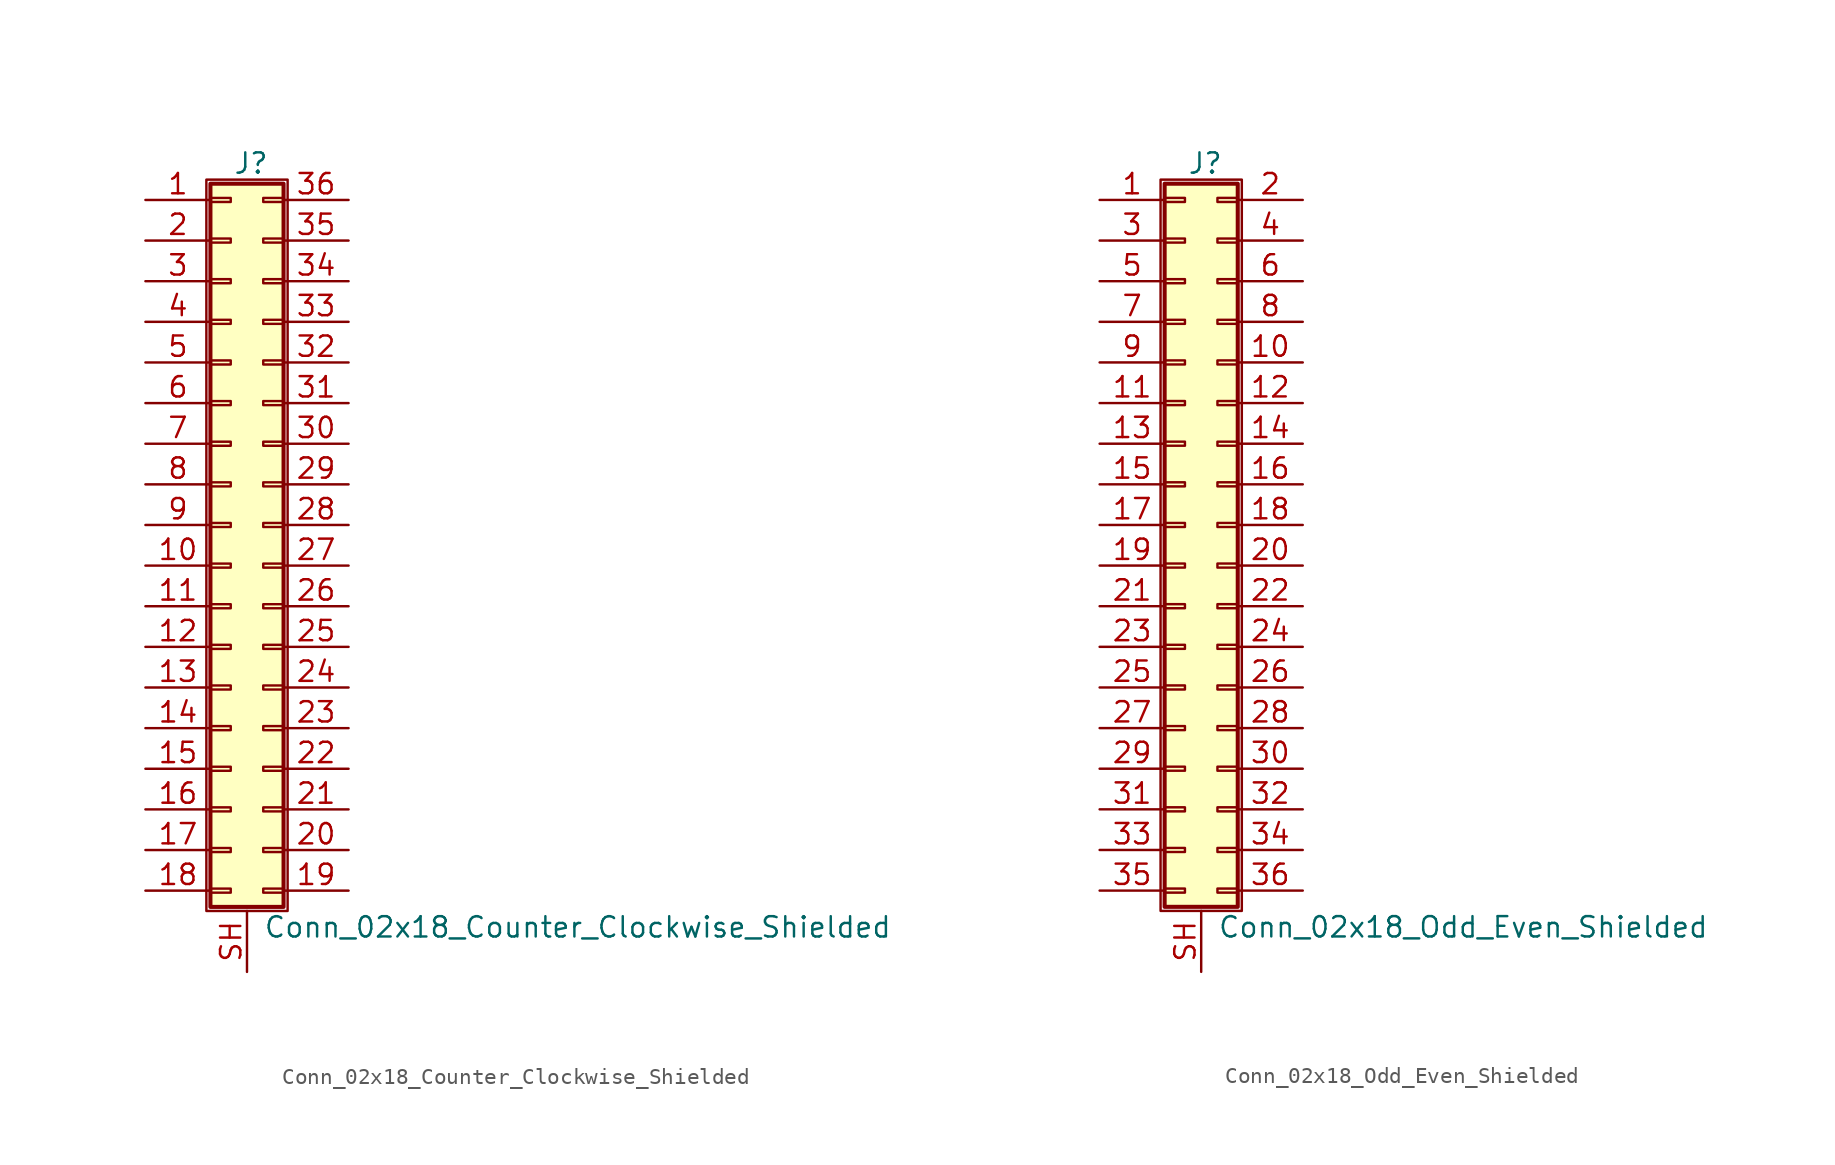
<source format=kicad_sym>
(kicad_symbol_lib
  (version 20201005)
  (generator kicad_symbol_editor)
  (symbol "Conn_02x18_Counter_Clockwise_Shielded"
    (pin_names
      (offset 1.016) hide)
    (property "Reference" "J"
      (at 1.524 22.606 0)
      (effects (font (size 1.27 1.27))))
    (property "Value" "Conn_02x18_Counter_Clockwise_Shielded"
      (at 2.286 -25.146 0)
      (effects (font (size 1.27 1.27)) (justify left)))
    (symbol "Conn_02x18_Counter_Clockwise_Shielded_1_1"
      (rectangle (start -1.27 21.59) (end 3.81 -24.13) (stroke (width 0.152)) (fill (type none)))
      (rectangle (start -1.016 -22.733) (end 0.254 -22.987) (stroke (width 0.152)) (fill (type none)))
      (rectangle (start -1.016 -20.193) (end 0.254 -20.447) (stroke (width 0.152)) (fill (type none)))
      (rectangle (start -1.016 -17.653) (end 0.254 -17.907) (stroke (width 0.152)) (fill (type none)))
      (rectangle (start -1.016 -15.113) (end 0.254 -15.367) (stroke (width 0.152)) (fill (type none)))
      (rectangle (start -1.016 -12.573) (end 0.254 -12.827) (stroke (width 0.152)) (fill (type none)))
      (rectangle (start -1.016 -10.033) (end 0.254 -10.287) (stroke (width 0.152)) (fill (type none)))
      (rectangle (start -1.016 -7.493) (end 0.254 -7.747) (stroke (width 0.152)) (fill (type none)))
      (rectangle (start -1.016 -4.953) (end 0.254 -5.207) (stroke (width 0.152)) (fill (type none)))
      (rectangle (start -1.016 -2.413) (end 0.254 -2.667) (stroke (width 0.152)) (fill (type none)))
      (rectangle (start -1.016 0.127) (end 0.254 -0.127) (stroke (width 0.152)) (fill (type none)))
      (rectangle (start -1.016 2.667) (end 0.254 2.413) (stroke (width 0.152)) (fill (type none)))
      (rectangle (start -1.016 5.207) (end 0.254 4.953) (stroke (width 0.152)) (fill (type none)))
      (rectangle (start -1.016 7.747) (end 0.254 7.493) (stroke (width 0.152)) (fill (type none)))
      (rectangle (start -1.016 10.287) (end 0.254 10.033) (stroke (width 0.152)) (fill (type none)))
      (rectangle (start -1.016 12.827) (end 0.254 12.573) (stroke (width 0.152)) (fill (type none)))
      (rectangle (start -1.016 15.367) (end 0.254 15.113) (stroke (width 0.152)) (fill (type none)))
      (rectangle (start -1.016 17.907) (end 0.254 17.653) (stroke (width 0.152)) (fill (type none)))
      (rectangle (start -1.016 20.447) (end 0.254 20.193) (stroke (width 0.152)) (fill (type none)))
      (rectangle (start -1.016 21.336) (end 3.556 -23.876) (stroke (width 0.254)) (fill (type background)))
      (rectangle (start 3.556 -22.733) (end 2.286 -22.987) (stroke (width 0.152)) (fill (type none)))
      (rectangle (start 3.556 -20.193) (end 2.286 -20.447) (stroke (width 0.152)) (fill (type none)))
      (rectangle (start 3.556 -17.653) (end 2.286 -17.907) (stroke (width 0.152)) (fill (type none)))
      (rectangle (start 3.556 -15.113) (end 2.286 -15.367) (stroke (width 0.152)) (fill (type none)))
      (rectangle (start 3.556 -12.573) (end 2.286 -12.827) (stroke (width 0.152)) (fill (type none)))
      (rectangle (start 3.556 -10.033) (end 2.286 -10.287) (stroke (width 0.152)) (fill (type none)))
      (rectangle (start 3.556 -7.493) (end 2.286 -7.747) (stroke (width 0.152)) (fill (type none)))
      (rectangle (start 3.556 -4.953) (end 2.286 -5.207) (stroke (width 0.152)) (fill (type none)))
      (rectangle (start 3.556 -2.413) (end 2.286 -2.667) (stroke (width 0.152)) (fill (type none)))
      (rectangle (start 3.556 0.127) (end 2.286 -0.127) (stroke (width 0.152)) (fill (type none)))
      (rectangle (start 3.556 2.667) (end 2.286 2.413) (stroke (width 0.152)) (fill (type none)))
      (rectangle (start 3.556 5.207) (end 2.286 4.953) (stroke (width 0.152)) (fill (type none)))
      (rectangle (start 3.556 7.747) (end 2.286 7.493) (stroke (width 0.152)) (fill (type none)))
      (rectangle (start 3.556 10.287) (end 2.286 10.033) (stroke (width 0.152)) (fill (type none)))
      (rectangle (start 3.556 12.827) (end 2.286 12.573) (stroke (width 0.152)) (fill (type none)))
      (rectangle (start 3.556 15.367) (end 2.286 15.113) (stroke (width 0.152)) (fill (type none)))
      (rectangle (start 3.556 17.907) (end 2.286 17.653) (stroke (width 0.152)) (fill (type none)))
      (rectangle (start 3.556 20.447) (end 2.286 20.193) (stroke (width 0.152)) (fill (type none)))
      (pin passive line (at -5.08 20.32 0) (length 4.064) (name "Pin_1" (effects (font (size 1.27 1.27)))) (number "1" (effects (font (size 1.27 1.27)))))
      (pin passive line (at -5.08 -2.54 0) (length 4.064) (name "Pin_10" (effects (font (size 1.27 1.27)))) (number "10" (effects (font (size 1.27 1.27)))))
      (pin passive line (at -5.08 -5.08 0) (length 4.064) (name "Pin_11" (effects (font (size 1.27 1.27)))) (number "11" (effects (font (size 1.27 1.27)))))
      (pin passive line (at -5.08 -7.62 0) (length 4.064) (name "Pin_12" (effects (font (size 1.27 1.27)))) (number "12" (effects (font (size 1.27 1.27)))))
      (pin passive line (at -5.08 -10.16 0) (length 4.064) (name "Pin_13" (effects (font (size 1.27 1.27)))) (number "13" (effects (font (size 1.27 1.27)))))
      (pin passive line (at -5.08 -12.7 0) (length 4.064) (name "Pin_14" (effects (font (size 1.27 1.27)))) (number "14" (effects (font (size 1.27 1.27)))))
      (pin passive line (at -5.08 -15.24 0) (length 4.064) (name "Pin_15" (effects (font (size 1.27 1.27)))) (number "15" (effects (font (size 1.27 1.27)))))
      (pin passive line (at -5.08 -17.78 0) (length 4.064) (name "Pin_16" (effects (font (size 1.27 1.27)))) (number "16" (effects (font (size 1.27 1.27)))))
      (pin passive line (at -5.08 -20.32 0) (length 4.064) (name "Pin_17" (effects (font (size 1.27 1.27)))) (number "17" (effects (font (size 1.27 1.27)))))
      (pin passive line (at -5.08 -22.86 0) (length 4.064) (name "Pin_18" (effects (font (size 1.27 1.27)))) (number "18" (effects (font (size 1.27 1.27)))))
      (pin passive line (at 7.62 -22.86 180) (length 4.064) (name "Pin_19" (effects (font (size 1.27 1.27)))) (number "19" (effects (font (size 1.27 1.27)))))
      (pin passive line (at -5.08 17.78 0) (length 4.064) (name "Pin_2" (effects (font (size 1.27 1.27)))) (number "2" (effects (font (size 1.27 1.27)))))
      (pin passive line (at 7.62 -20.32 180) (length 4.064) (name "Pin_20" (effects (font (size 1.27 1.27)))) (number "20" (effects (font (size 1.27 1.27)))))
      (pin passive line (at 7.62 -17.78 180) (length 4.064) (name "Pin_21" (effects (font (size 1.27 1.27)))) (number "21" (effects (font (size 1.27 1.27)))))
      (pin passive line (at 7.62 -15.24 180) (length 4.064) (name "Pin_22" (effects (font (size 1.27 1.27)))) (number "22" (effects (font (size 1.27 1.27)))))
      (pin passive line (at 7.62 -12.7 180) (length 4.064) (name "Pin_23" (effects (font (size 1.27 1.27)))) (number "23" (effects (font (size 1.27 1.27)))))
      (pin passive line (at 7.62 -10.16 180) (length 4.064) (name "Pin_24" (effects (font (size 1.27 1.27)))) (number "24" (effects (font (size 1.27 1.27)))))
      (pin passive line (at 7.62 -7.62 180) (length 4.064) (name "Pin_25" (effects (font (size 1.27 1.27)))) (number "25" (effects (font (size 1.27 1.27)))))
      (pin passive line (at 7.62 -5.08 180) (length 4.064) (name "Pin_26" (effects (font (size 1.27 1.27)))) (number "26" (effects (font (size 1.27 1.27)))))
      (pin passive line (at 7.62 -2.54 180) (length 4.064) (name "Pin_27" (effects (font (size 1.27 1.27)))) (number "27" (effects (font (size 1.27 1.27)))))
      (pin passive line (at 7.62 0 180) (length 4.064) (name "Pin_28" (effects (font (size 1.27 1.27)))) (number "28" (effects (font (size 1.27 1.27)))))
      (pin passive line (at 7.62 2.54 180) (length 4.064) (name "Pin_29" (effects (font (size 1.27 1.27)))) (number "29" (effects (font (size 1.27 1.27)))))
      (pin passive line (at -5.08 15.24 0) (length 4.064) (name "Pin_3" (effects (font (size 1.27 1.27)))) (number "3" (effects (font (size 1.27 1.27)))))
      (pin passive line (at 7.62 5.08 180) (length 4.064) (name "Pin_30" (effects (font (size 1.27 1.27)))) (number "30" (effects (font (size 1.27 1.27)))))
      (pin passive line (at 7.62 7.62 180) (length 4.064) (name "Pin_31" (effects (font (size 1.27 1.27)))) (number "31" (effects (font (size 1.27 1.27)))))
      (pin passive line (at 7.62 10.16 180) (length 4.064) (name "Pin_32" (effects (font (size 1.27 1.27)))) (number "32" (effects (font (size 1.27 1.27)))))
      (pin passive line (at 7.62 12.7 180) (length 4.064) (name "Pin_33" (effects (font (size 1.27 1.27)))) (number "33" (effects (font (size 1.27 1.27)))))
      (pin passive line (at 7.62 15.24 180) (length 4.064) (name "Pin_34" (effects (font (size 1.27 1.27)))) (number "34" (effects (font (size 1.27 1.27)))))
      (pin passive line (at 7.62 17.78 180) (length 4.064) (name "Pin_35" (effects (font (size 1.27 1.27)))) (number "35" (effects (font (size 1.27 1.27)))))
      (pin passive line (at 7.62 20.32 180) (length 4.064) (name "Pin_36" (effects (font (size 1.27 1.27)))) (number "36" (effects (font (size 1.27 1.27)))))
      (pin passive line (at -5.08 12.7 0) (length 4.064) (name "Pin_4" (effects (font (size 1.27 1.27)))) (number "4" (effects (font (size 1.27 1.27)))))
      (pin passive line (at -5.08 10.16 0) (length 4.064) (name "Pin_5" (effects (font (size 1.27 1.27)))) (number "5" (effects (font (size 1.27 1.27)))))
      (pin passive line (at -5.08 7.62 0) (length 4.064) (name "Pin_6" (effects (font (size 1.27 1.27)))) (number "6" (effects (font (size 1.27 1.27)))))
      (pin passive line (at -5.08 5.08 0) (length 4.064) (name "Pin_7" (effects (font (size 1.27 1.27)))) (number "7" (effects (font (size 1.27 1.27)))))
      (pin passive line (at -5.08 2.54 0) (length 4.064) (name "Pin_8" (effects (font (size 1.27 1.27)))) (number "8" (effects (font (size 1.27 1.27)))))
      (pin passive line (at -5.08 0 0) (length 4.064) (name "Pin_9" (effects (font (size 1.27 1.27)))) (number "9" (effects (font (size 1.27 1.27)))))
      (pin passive line (at 1.27 -27.94 90) (length 3.81) (name "Shield" (effects (font (size 1.27 1.27)))) (number "SH" (effects (font (size 1.27 1.27)))))))
  (symbol "Conn_02x18_Odd_Even_Shielded"
    (pin_names
      (offset 1.016) hide)
    (property "Reference" "J"
      (at 1.524 22.606 0)
      (effects (font (size 1.27 1.27))))
    (property "Value" "Conn_02x18_Odd_Even_Shielded"
      (at 2.286 -25.146 0)
      (effects (font (size 1.27 1.27)) (justify left)))
    (symbol "Conn_02x18_Odd_Even_Shielded_1_1"
      (rectangle (start -1.27 21.59) (end 3.81 -24.13) (stroke (width 0.152)) (fill (type none)))
      (rectangle (start -1.016 -22.733) (end 0.254 -22.987) (stroke (width 0.152)) (fill (type none)))
      (rectangle (start -1.016 -20.193) (end 0.254 -20.447) (stroke (width 0.152)) (fill (type none)))
      (rectangle (start -1.016 -17.653) (end 0.254 -17.907) (stroke (width 0.152)) (fill (type none)))
      (rectangle (start -1.016 -15.113) (end 0.254 -15.367) (stroke (width 0.152)) (fill (type none)))
      (rectangle (start -1.016 -12.573) (end 0.254 -12.827) (stroke (width 0.152)) (fill (type none)))
      (rectangle (start -1.016 -10.033) (end 0.254 -10.287) (stroke (width 0.152)) (fill (type none)))
      (rectangle (start -1.016 -7.493) (end 0.254 -7.747) (stroke (width 0.152)) (fill (type none)))
      (rectangle (start -1.016 -4.953) (end 0.254 -5.207) (stroke (width 0.152)) (fill (type none)))
      (rectangle (start -1.016 -2.413) (end 0.254 -2.667) (stroke (width 0.152)) (fill (type none)))
      (rectangle (start -1.016 0.127) (end 0.254 -0.127) (stroke (width 0.152)) (fill (type none)))
      (rectangle (start -1.016 2.667) (end 0.254 2.413) (stroke (width 0.152)) (fill (type none)))
      (rectangle (start -1.016 5.207) (end 0.254 4.953) (stroke (width 0.152)) (fill (type none)))
      (rectangle (start -1.016 7.747) (end 0.254 7.493) (stroke (width 0.152)) (fill (type none)))
      (rectangle (start -1.016 10.287) (end 0.254 10.033) (stroke (width 0.152)) (fill (type none)))
      (rectangle (start -1.016 12.827) (end 0.254 12.573) (stroke (width 0.152)) (fill (type none)))
      (rectangle (start -1.016 15.367) (end 0.254 15.113) (stroke (width 0.152)) (fill (type none)))
      (rectangle (start -1.016 17.907) (end 0.254 17.653) (stroke (width 0.152)) (fill (type none)))
      (rectangle (start -1.016 20.447) (end 0.254 20.193) (stroke (width 0.152)) (fill (type none)))
      (rectangle (start -1.016 21.336) (end 3.556 -23.876) (stroke (width 0.254)) (fill (type background)))
      (rectangle (start 3.556 -22.733) (end 2.286 -22.987) (stroke (width 0.152)) (fill (type none)))
      (rectangle (start 3.556 -20.193) (end 2.286 -20.447) (stroke (width 0.152)) (fill (type none)))
      (rectangle (start 3.556 -17.653) (end 2.286 -17.907) (stroke (width 0.152)) (fill (type none)))
      (rectangle (start 3.556 -15.113) (end 2.286 -15.367) (stroke (width 0.152)) (fill (type none)))
      (rectangle (start 3.556 -12.573) (end 2.286 -12.827) (stroke (width 0.152)) (fill (type none)))
      (rectangle (start 3.556 -10.033) (end 2.286 -10.287) (stroke (width 0.152)) (fill (type none)))
      (rectangle (start 3.556 -7.493) (end 2.286 -7.747) (stroke (width 0.152)) (fill (type none)))
      (rectangle (start 3.556 -4.953) (end 2.286 -5.207) (stroke (width 0.152)) (fill (type none)))
      (rectangle (start 3.556 -2.413) (end 2.286 -2.667) (stroke (width 0.152)) (fill (type none)))
      (rectangle (start 3.556 0.127) (end 2.286 -0.127) (stroke (width 0.152)) (fill (type none)))
      (rectangle (start 3.556 2.667) (end 2.286 2.413) (stroke (width 0.152)) (fill (type none)))
      (rectangle (start 3.556 5.207) (end 2.286 4.953) (stroke (width 0.152)) (fill (type none)))
      (rectangle (start 3.556 7.747) (end 2.286 7.493) (stroke (width 0.152)) (fill (type none)))
      (rectangle (start 3.556 10.287) (end 2.286 10.033) (stroke (width 0.152)) (fill (type none)))
      (rectangle (start 3.556 12.827) (end 2.286 12.573) (stroke (width 0.152)) (fill (type none)))
      (rectangle (start 3.556 15.367) (end 2.286 15.113) (stroke (width 0.152)) (fill (type none)))
      (rectangle (start 3.556 17.907) (end 2.286 17.653) (stroke (width 0.152)) (fill (type none)))
      (rectangle (start 3.556 20.447) (end 2.286 20.193) (stroke (width 0.152)) (fill (type none)))
      (pin passive line (at -5.08 20.32 0) (length 4.064) (name "Pin_1" (effects (font (size 1.27 1.27)))) (number "1" (effects (font (size 1.27 1.27)))))
      (pin passive line (at 7.62 10.16 180) (length 4.064) (name "Pin_10" (effects (font (size 1.27 1.27)))) (number "10" (effects (font (size 1.27 1.27)))))
      (pin passive line (at -5.08 7.62 0) (length 4.064) (name "Pin_11" (effects (font (size 1.27 1.27)))) (number "11" (effects (font (size 1.27 1.27)))))
      (pin passive line (at 7.62 7.62 180) (length 4.064) (name "Pin_12" (effects (font (size 1.27 1.27)))) (number "12" (effects (font (size 1.27 1.27)))))
      (pin passive line (at -5.08 5.08 0) (length 4.064) (name "Pin_13" (effects (font (size 1.27 1.27)))) (number "13" (effects (font (size 1.27 1.27)))))
      (pin passive line (at 7.62 5.08 180) (length 4.064) (name "Pin_14" (effects (font (size 1.27 1.27)))) (number "14" (effects (font (size 1.27 1.27)))))
      (pin passive line (at -5.08 2.54 0) (length 4.064) (name "Pin_15" (effects (font (size 1.27 1.27)))) (number "15" (effects (font (size 1.27 1.27)))))
      (pin passive line (at 7.62 2.54 180) (length 4.064) (name "Pin_16" (effects (font (size 1.27 1.27)))) (number "16" (effects (font (size 1.27 1.27)))))
      (pin passive line (at -5.08 0 0) (length 4.064) (name "Pin_17" (effects (font (size 1.27 1.27)))) (number "17" (effects (font (size 1.27 1.27)))))
      (pin passive line (at 7.62 0 180) (length 4.064) (name "Pin_18" (effects (font (size 1.27 1.27)))) (number "18" (effects (font (size 1.27 1.27)))))
      (pin passive line (at -5.08 -2.54 0) (length 4.064) (name "Pin_19" (effects (font (size 1.27 1.27)))) (number "19" (effects (font (size 1.27 1.27)))))
      (pin passive line (at 7.62 20.32 180) (length 4.064) (name "Pin_2" (effects (font (size 1.27 1.27)))) (number "2" (effects (font (size 1.27 1.27)))))
      (pin passive line (at 7.62 -2.54 180) (length 4.064) (name "Pin_20" (effects (font (size 1.27 1.27)))) (number "20" (effects (font (size 1.27 1.27)))))
      (pin passive line (at -5.08 -5.08 0) (length 4.064) (name "Pin_21" (effects (font (size 1.27 1.27)))) (number "21" (effects (font (size 1.27 1.27)))))
      (pin passive line (at 7.62 -5.08 180) (length 4.064) (name "Pin_22" (effects (font (size 1.27 1.27)))) (number "22" (effects (font (size 1.27 1.27)))))
      (pin passive line (at -5.08 -7.62 0) (length 4.064) (name "Pin_23" (effects (font (size 1.27 1.27)))) (number "23" (effects (font (size 1.27 1.27)))))
      (pin passive line (at 7.62 -7.62 180) (length 4.064) (name "Pin_24" (effects (font (size 1.27 1.27)))) (number "24" (effects (font (size 1.27 1.27)))))
      (pin passive line (at -5.08 -10.16 0) (length 4.064) (name "Pin_25" (effects (font (size 1.27 1.27)))) (number "25" (effects (font (size 1.27 1.27)))))
      (pin passive line (at 7.62 -10.16 180) (length 4.064) (name "Pin_26" (effects (font (size 1.27 1.27)))) (number "26" (effects (font (size 1.27 1.27)))))
      (pin passive line (at -5.08 -12.7 0) (length 4.064) (name "Pin_27" (effects (font (size 1.27 1.27)))) (number "27" (effects (font (size 1.27 1.27)))))
      (pin passive line (at 7.62 -12.7 180) (length 4.064) (name "Pin_28" (effects (font (size 1.27 1.27)))) (number "28" (effects (font (size 1.27 1.27)))))
      (pin passive line (at -5.08 -15.24 0) (length 4.064) (name "Pin_29" (effects (font (size 1.27 1.27)))) (number "29" (effects (font (size 1.27 1.27)))))
      (pin passive line (at -5.08 17.78 0) (length 4.064) (name "Pin_3" (effects (font (size 1.27 1.27)))) (number "3" (effects (font (size 1.27 1.27)))))
      (pin passive line (at 7.62 -15.24 180) (length 4.064) (name "Pin_30" (effects (font (size 1.27 1.27)))) (number "30" (effects (font (size 1.27 1.27)))))
      (pin passive line (at -5.08 -17.78 0) (length 4.064) (name "Pin_31" (effects (font (size 1.27 1.27)))) (number "31" (effects (font (size 1.27 1.27)))))
      (pin passive line (at 7.62 -17.78 180) (length 4.064) (name "Pin_32" (effects (font (size 1.27 1.27)))) (number "32" (effects (font (size 1.27 1.27)))))
      (pin passive line (at -5.08 -20.32 0) (length 4.064) (name "Pin_33" (effects (font (size 1.27 1.27)))) (number "33" (effects (font (size 1.27 1.27)))))
      (pin passive line (at 7.62 -20.32 180) (length 4.064) (name "Pin_34" (effects (font (size 1.27 1.27)))) (number "34" (effects (font (size 1.27 1.27)))))
      (pin passive line (at -5.08 -22.86 0) (length 4.064) (name "Pin_35" (effects (font (size 1.27 1.27)))) (number "35" (effects (font (size 1.27 1.27)))))
      (pin passive line (at 7.62 -22.86 180) (length 4.064) (name "Pin_36" (effects (font (size 1.27 1.27)))) (number "36" (effects (font (size 1.27 1.27)))))
      (pin passive line (at 7.62 17.78 180) (length 4.064) (name "Pin_4" (effects (font (size 1.27 1.27)))) (number "4" (effects (font (size 1.27 1.27)))))
      (pin passive line (at -5.08 15.24 0) (length 4.064) (name "Pin_5" (effects (font (size 1.27 1.27)))) (number "5" (effects (font (size 1.27 1.27)))))
      (pin passive line (at 7.62 15.24 180) (length 4.064) (name "Pin_6" (effects (font (size 1.27 1.27)))) (number "6" (effects (font (size 1.27 1.27)))))
      (pin passive line (at -5.08 12.7 0) (length 4.064) (name "Pin_7" (effects (font (size 1.27 1.27)))) (number "7" (effects (font (size 1.27 1.27)))))
      (pin passive line (at 7.62 12.7 180) (length 4.064) (name "Pin_8" (effects (font (size 1.27 1.27)))) (number "8" (effects (font (size 1.27 1.27)))))
      (pin passive line (at -5.08 10.16 0) (length 4.064) (name "Pin_9" (effects (font (size 1.27 1.27)))) (number "9" (effects (font (size 1.27 1.27)))))
      (pin passive line (at 1.27 -27.94 90) (length 3.81) (name "Shield" (effects (font (size 1.27 1.27)))) (number "SH" (effects (font (size 1.27 1.27))))))))
</source>
